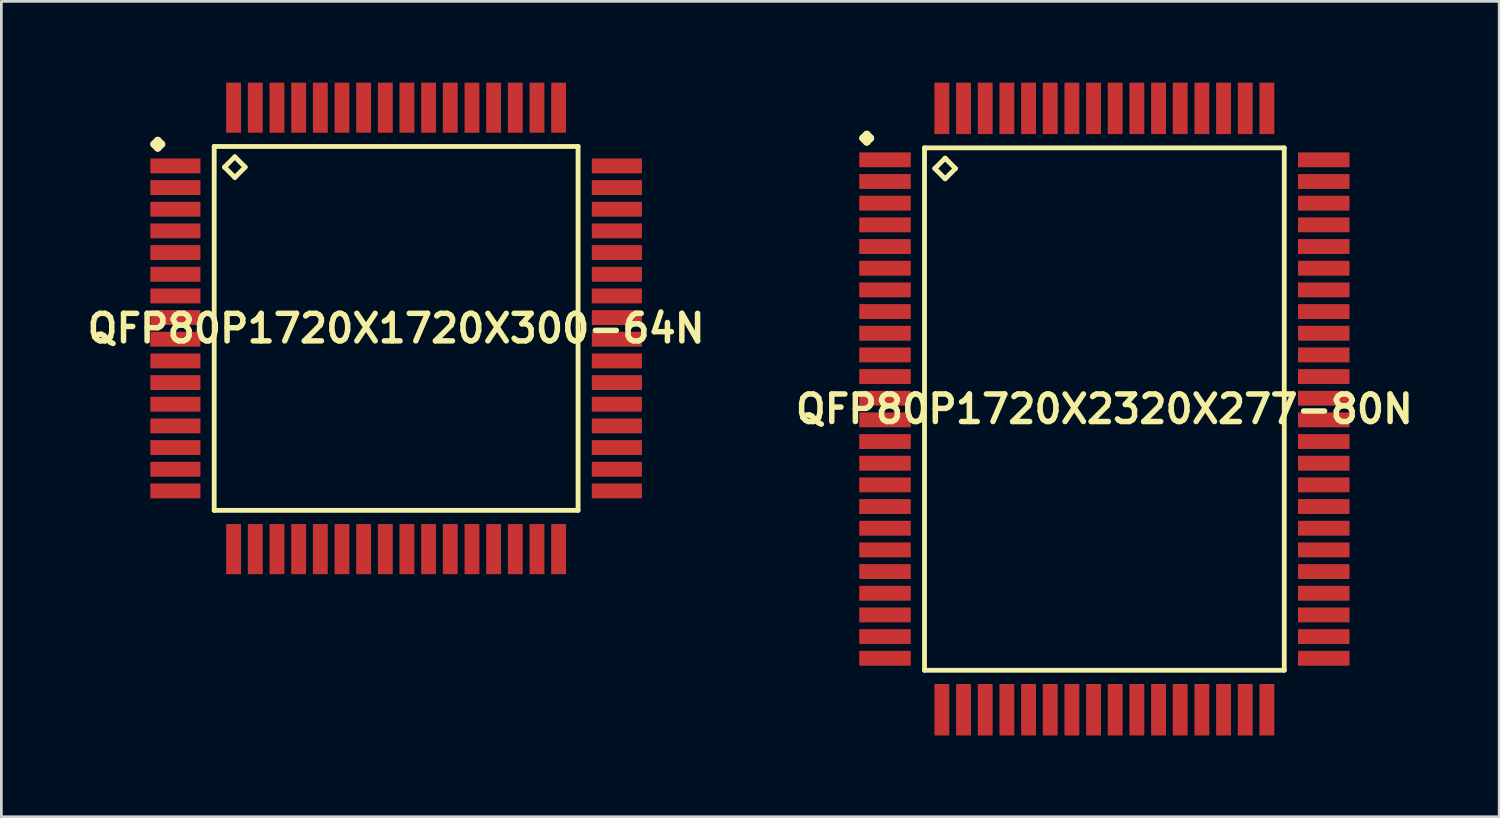
<source format=kicad_pcb>
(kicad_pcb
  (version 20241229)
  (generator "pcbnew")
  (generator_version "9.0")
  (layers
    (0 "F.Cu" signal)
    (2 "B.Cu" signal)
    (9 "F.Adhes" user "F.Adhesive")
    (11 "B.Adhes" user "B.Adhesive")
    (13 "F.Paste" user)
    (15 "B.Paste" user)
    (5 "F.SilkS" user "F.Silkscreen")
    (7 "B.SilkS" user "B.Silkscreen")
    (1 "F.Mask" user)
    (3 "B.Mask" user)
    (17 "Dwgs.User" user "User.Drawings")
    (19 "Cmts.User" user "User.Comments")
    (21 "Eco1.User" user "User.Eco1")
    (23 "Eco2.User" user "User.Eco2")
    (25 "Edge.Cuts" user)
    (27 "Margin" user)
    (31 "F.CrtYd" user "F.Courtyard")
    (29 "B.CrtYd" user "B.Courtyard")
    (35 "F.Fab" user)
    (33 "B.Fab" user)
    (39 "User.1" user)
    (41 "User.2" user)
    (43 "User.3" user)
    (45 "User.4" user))
  (footprint "QFP80P1720X2320X277-80N"
    (layer "F.Cu")
    (at 37.718 12.05)
    (property "Reference" "QFP80P1720X2320X277-80N" (at 0 0 0) (layer "F.SilkS") (effects (font (size 1.016 1.016) (thickness 0.203))))
    (attr smd)
    (fp_line (start -8.91 -10) (end -8.773 -10.137) (stroke (width 0.274) (type solid)) (layer "F.SilkS"))
    (fp_line (start -8.773 -10.137) (end -8.636 -10) (stroke (width 0.274) (type solid)) (layer "F.SilkS"))
    (fp_line (start -8.773 -9.86) (end -8.91 -10) (stroke (width 0.274) (type solid)) (layer "F.SilkS"))
    (fp_line (start -8.636 -10) (end -8.773 -9.86) (stroke (width 0.274) (type solid)) (layer "F.SilkS"))
    (fp_line (start -6.64 -9.642) (end -6.64 9.642) (stroke (width 0.178) (type solid)) (layer "F.SilkS"))
    (fp_line (start -6.64 9.642) (end 6.64 9.642) (stroke (width 0.178) (type solid)) (layer "F.SilkS"))
    (fp_line (start -6.259 -8.88) (end -5.878 -9.261) (stroke (width 0.178) (type solid)) (layer "F.SilkS"))
    (fp_line (start -5.878 -9.261) (end -5.497 -8.88) (stroke (width 0.178) (type solid)) (layer "F.SilkS"))
    (fp_line (start -5.878 -8.499) (end -6.259 -8.88) (stroke (width 0.178) (type solid)) (layer "F.SilkS"))
    (fp_line (start -5.497 -8.88) (end -5.878 -8.499) (stroke (width 0.178) (type solid)) (layer "F.SilkS"))
    (fp_line (start 6.64 -9.642) (end -6.64 -9.642) (stroke (width 0.178) (type solid)) (layer "F.SilkS"))
    (fp_line (start 6.64 9.642) (end 6.64 -9.642) (stroke (width 0.178) (type solid)) (layer "F.SilkS"))
    (pad "1" smd rect (at -8.098 -9.2) (size 1.9 0.549) (layers "F.Cu" "F.Mask" "F.Paste"))
    (pad "2" smd rect (at -8.098 -8.4) (size 1.9 0.549) (layers "F.Cu" "F.Mask" "F.Paste"))
    (pad "3" smd rect (at -8.098 -7.6) (size 1.9 0.549) (layers "F.Cu" "F.Mask" "F.Paste"))
    (pad "4" smd rect (at -8.098 -6.8) (size 1.9 0.549) (layers "F.Cu" "F.Mask" "F.Paste"))
    (pad "5" smd rect (at -8.098 -5.999) (size 1.9 0.549) (layers "F.Cu" "F.Mask" "F.Paste"))
    (pad "6" smd rect (at -8.098 -5.199) (size 1.9 0.549) (layers "F.Cu" "F.Mask" "F.Paste"))
    (pad "7" smd rect (at -8.098 -4.399) (size 1.9 0.549) (layers "F.Cu" "F.Mask" "F.Paste"))
    (pad "8" smd rect (at -8.098 -3.599) (size 1.9 0.549) (layers "F.Cu" "F.Mask" "F.Paste"))
    (pad "9" smd rect (at -8.098 -2.799) (size 1.9 0.549) (layers "F.Cu" "F.Mask" "F.Paste"))
    (pad "10" smd rect (at -8.098 -1.999) (size 1.9 0.549) (layers "F.Cu" "F.Mask" "F.Paste"))
    (pad "11" smd rect (at -8.098 -1.199) (size 1.9 0.549) (layers "F.Cu" "F.Mask" "F.Paste"))
    (pad "12" smd rect (at -8.098 -0.399) (size 1.9 0.549) (layers "F.Cu" "F.Mask" "F.Paste"))
    (pad "13" smd rect (at -8.098 0.399) (size 1.9 0.549) (layers "F.Cu" "F.Mask" "F.Paste"))
    (pad "14" smd rect (at -8.098 1.199) (size 1.9 0.549) (layers "F.Cu" "F.Mask" "F.Paste"))
    (pad "15" smd rect (at -8.098 1.999) (size 1.9 0.549) (layers "F.Cu" "F.Mask" "F.Paste"))
    (pad "16" smd rect (at -8.098 2.799) (size 1.9 0.549) (layers "F.Cu" "F.Mask" "F.Paste"))
    (pad "17" smd rect (at -8.098 3.599) (size 1.9 0.549) (layers "F.Cu" "F.Mask" "F.Paste"))
    (pad "18" smd rect (at -8.098 4.399) (size 1.9 0.549) (layers "F.Cu" "F.Mask" "F.Paste"))
    (pad "19" smd rect (at -8.098 5.199) (size 1.9 0.549) (layers "F.Cu" "F.Mask" "F.Paste"))
    (pad "20" smd rect (at -8.098 5.999) (size 1.9 0.549) (layers "F.Cu" "F.Mask" "F.Paste"))
    (pad "21" smd rect (at -8.098 6.8) (size 1.9 0.549) (layers "F.Cu" "F.Mask" "F.Paste"))
    (pad "22" smd rect (at -8.098 7.6) (size 1.9 0.549) (layers "F.Cu" "F.Mask" "F.Paste"))
    (pad "23" smd rect (at -8.098 8.4) (size 1.9 0.549) (layers "F.Cu" "F.Mask" "F.Paste"))
    (pad "24" smd rect (at -8.098 9.2) (size 1.9 0.549) (layers "F.Cu" "F.Mask" "F.Paste"))
    (pad "25" smd rect (at -5.999 11.1) (size 0.549 1.9) (layers "F.Cu" "F.Mask" "F.Paste"))
    (pad "26" smd rect (at -5.199 11.1) (size 0.549 1.9) (layers "F.Cu" "F.Mask" "F.Paste"))
    (pad "27" smd rect (at -4.399 11.1) (size 0.549 1.9) (layers "F.Cu" "F.Mask" "F.Paste"))
    (pad "28" smd rect (at -3.599 11.1) (size 0.549 1.9) (layers "F.Cu" "F.Mask" "F.Paste"))
    (pad "29" smd rect (at -2.799 11.1) (size 0.549 1.9) (layers "F.Cu" "F.Mask" "F.Paste"))
    (pad "30" smd rect (at -1.999 11.1) (size 0.549 1.9) (layers "F.Cu" "F.Mask" "F.Paste"))
    (pad "31" smd rect (at -1.199 11.1) (size 0.549 1.9) (layers "F.Cu" "F.Mask" "F.Paste"))
    (pad "32" smd rect (at -0.399 11.1) (size 0.549 1.9) (layers "F.Cu" "F.Mask" "F.Paste"))
    (pad "33" smd rect (at 0.399 11.1) (size 0.549 1.9) (layers "F.Cu" "F.Mask" "F.Paste"))
    (pad "34" smd rect (at 1.199 11.1) (size 0.549 1.9) (layers "F.Cu" "F.Mask" "F.Paste"))
    (pad "35" smd rect (at 1.999 11.1) (size 0.549 1.9) (layers "F.Cu" "F.Mask" "F.Paste"))
    (pad "36" smd rect (at 2.799 11.1) (size 0.549 1.9) (layers "F.Cu" "F.Mask" "F.Paste"))
    (pad "37" smd rect (at 3.599 11.1) (size 0.549 1.9) (layers "F.Cu" "F.Mask" "F.Paste"))
    (pad "38" smd rect (at 4.399 11.1) (size 0.549 1.9) (layers "F.Cu" "F.Mask" "F.Paste"))
    (pad "39" smd rect (at 5.199 11.1) (size 0.549 1.9) (layers "F.Cu" "F.Mask" "F.Paste"))
    (pad "40" smd rect (at 5.999 11.1) (size 0.549 1.9) (layers "F.Cu" "F.Mask" "F.Paste"))
    (pad "41" smd rect (at 8.098 9.2) (size 1.9 0.549) (layers "F.Cu" "F.Mask" "F.Paste"))
    (pad "42" smd rect (at 8.098 8.4) (size 1.9 0.549) (layers "F.Cu" "F.Mask" "F.Paste"))
    (pad "43" smd rect (at 8.098 7.6) (size 1.9 0.549) (layers "F.Cu" "F.Mask" "F.Paste"))
    (pad "44" smd rect (at 8.098 6.8) (size 1.9 0.549) (layers "F.Cu" "F.Mask" "F.Paste"))
    (pad "45" smd rect (at 8.098 5.999) (size 1.9 0.549) (layers "F.Cu" "F.Mask" "F.Paste"))
    (pad "46" smd rect (at 8.098 5.199) (size 1.9 0.549) (layers "F.Cu" "F.Mask" "F.Paste"))
    (pad "47" smd rect (at 8.098 4.399) (size 1.9 0.549) (layers "F.Cu" "F.Mask" "F.Paste"))
    (pad "48" smd rect (at 8.098 3.599) (size 1.9 0.549) (layers "F.Cu" "F.Mask" "F.Paste"))
    (pad "49" smd rect (at 8.098 2.799) (size 1.9 0.549) (layers "F.Cu" "F.Mask" "F.Paste"))
    (pad "50" smd rect (at 8.098 1.999) (size 1.9 0.549) (layers "F.Cu" "F.Mask" "F.Paste"))
    (pad "51" smd rect (at 8.098 1.199) (size 1.9 0.549) (layers "F.Cu" "F.Mask" "F.Paste"))
    (pad "52" smd rect (at 8.098 0.399) (size 1.9 0.549) (layers "F.Cu" "F.Mask" "F.Paste"))
    (pad "53" smd rect (at 8.098 -0.399) (size 1.9 0.549) (layers "F.Cu" "F.Mask" "F.Paste"))
    (pad "54" smd rect (at 8.098 -1.199) (size 1.9 0.549) (layers "F.Cu" "F.Mask" "F.Paste"))
    (pad "55" smd rect (at 8.098 -1.999) (size 1.9 0.549) (layers "F.Cu" "F.Mask" "F.Paste"))
    (pad "56" smd rect (at 8.098 -2.799) (size 1.9 0.549) (layers "F.Cu" "F.Mask" "F.Paste"))
    (pad "57" smd rect (at 8.098 -3.599) (size 1.9 0.549) (layers "F.Cu" "F.Mask" "F.Paste"))
    (pad "58" smd rect (at 8.098 -4.399) (size 1.9 0.549) (layers "F.Cu" "F.Mask" "F.Paste"))
    (pad "59" smd rect (at 8.098 -5.199) (size 1.9 0.549) (layers "F.Cu" "F.Mask" "F.Paste"))
    (pad "60" smd rect (at 8.098 -5.999) (size 1.9 0.549) (layers "F.Cu" "F.Mask" "F.Paste"))
    (pad "61" smd rect (at 8.098 -6.8) (size 1.9 0.549) (layers "F.Cu" "F.Mask" "F.Paste"))
    (pad "62" smd rect (at 8.098 -7.6) (size 1.9 0.549) (layers "F.Cu" "F.Mask" "F.Paste"))
    (pad "63" smd rect (at 8.098 -8.4) (size 1.9 0.549) (layers "F.Cu" "F.Mask" "F.Paste"))
    (pad "64" smd rect (at 8.098 -9.2) (size 1.9 0.549) (layers "F.Cu" "F.Mask" "F.Paste"))
    (pad "65" smd rect (at 5.999 -11.1) (size 0.549 1.9) (layers "F.Cu" "F.Mask" "F.Paste"))
    (pad "66" smd rect (at 5.199 -11.1) (size 0.549 1.9) (layers "F.Cu" "F.Mask" "F.Paste"))
    (pad "67" smd rect (at 4.399 -11.1) (size 0.549 1.9) (layers "F.Cu" "F.Mask" "F.Paste"))
    (pad "68" smd rect (at 3.599 -11.1) (size 0.549 1.9) (layers "F.Cu" "F.Mask" "F.Paste"))
    (pad "69" smd rect (at 2.799 -11.1) (size 0.549 1.9) (layers "F.Cu" "F.Mask" "F.Paste"))
    (pad "70" smd rect (at 1.999 -11.1) (size 0.549 1.9) (layers "F.Cu" "F.Mask" "F.Paste"))
    (pad "71" smd rect (at 1.199 -11.1) (size 0.549 1.9) (layers "F.Cu" "F.Mask" "F.Paste"))
    (pad "72" smd rect (at 0.399 -11.1) (size 0.549 1.9) (layers "F.Cu" "F.Mask" "F.Paste"))
    (pad "73" smd rect (at -0.399 -11.1) (size 0.549 1.9) (layers "F.Cu" "F.Mask" "F.Paste"))
    (pad "74" smd rect (at -1.199 -11.1) (size 0.549 1.9) (layers "F.Cu" "F.Mask" "F.Paste"))
    (pad "75" smd rect (at -1.999 -11.1) (size 0.549 1.9) (layers "F.Cu" "F.Mask" "F.Paste"))
    (pad "76" smd rect (at -2.799 -11.1) (size 0.549 1.9) (layers "F.Cu" "F.Mask" "F.Paste"))
    (pad "77" smd rect (at -3.599 -11.1) (size 0.549 1.9) (layers "F.Cu" "F.Mask" "F.Paste"))
    (pad "78" smd rect (at -4.399 -11.1) (size 0.549 1.9) (layers "F.Cu" "F.Mask" "F.Paste"))
    (pad "79" smd rect (at -5.199 -11.1) (size 0.549 1.9) (layers "F.Cu" "F.Mask" "F.Paste"))
    (pad "80" smd rect (at -5.999 -11.1) (size 0.549 1.9) (layers "F.Cu" "F.Mask" "F.Paste")))
  (footprint "QFP80P1720X1720X300-64N"
    (layer "F.Cu")
    (at 11.573 9.073)
    (property "Reference" "QFP80P1720X1720X300-64N" (at 0 0 0) (layer "F.SilkS") (effects (font (size 1.016 1.016) (thickness 0.203))))
    (attr smd)
    (fp_line (start -8.936 -6.8) (end -8.799 -6.937) (stroke (width 0.274) (type solid)) (layer "F.SilkS"))
    (fp_line (start -8.799 -6.937) (end -8.661 -6.8) (stroke (width 0.274) (type solid)) (layer "F.SilkS"))
    (fp_line (start -8.799 -6.662) (end -8.936 -6.8) (stroke (width 0.274) (type solid)) (layer "F.SilkS"))
    (fp_line (start -8.661 -6.8) (end -8.799 -6.662) (stroke (width 0.274) (type solid)) (layer "F.SilkS"))
    (fp_line (start -6.716 -6.716) (end -6.716 6.716) (stroke (width 0.178) (type solid)) (layer "F.SilkS"))
    (fp_line (start -6.716 6.716) (end 6.716 6.716) (stroke (width 0.178) (type solid)) (layer "F.SilkS"))
    (fp_line (start -6.335 -5.954) (end -5.954 -6.335) (stroke (width 0.178) (type solid)) (layer "F.SilkS"))
    (fp_line (start -5.954 -6.335) (end -5.573 -5.954) (stroke (width 0.178) (type solid)) (layer "F.SilkS"))
    (fp_line (start -5.954 -5.573) (end -6.335 -5.954) (stroke (width 0.178) (type solid)) (layer "F.SilkS"))
    (fp_line (start -5.573 -5.954) (end -5.954 -5.573) (stroke (width 0.178) (type solid)) (layer "F.SilkS"))
    (fp_line (start 6.716 -6.716) (end -6.716 -6.716) (stroke (width 0.178) (type solid)) (layer "F.SilkS"))
    (fp_line (start 6.716 6.716) (end 6.716 -6.716) (stroke (width 0.178) (type solid)) (layer "F.SilkS"))
    (pad "1" smd rect (at -8.148 -5.999) (size 1.849 0.549) (layers "F.Cu" "F.Mask" "F.Paste"))
    (pad "2" smd rect (at -8.148 -5.199) (size 1.849 0.549) (layers "F.Cu" "F.Mask" "F.Paste"))
    (pad "3" smd rect (at -8.148 -4.399) (size 1.849 0.549) (layers "F.Cu" "F.Mask" "F.Paste"))
    (pad "4" smd rect (at -8.148 -3.599) (size 1.849 0.549) (layers "F.Cu" "F.Mask" "F.Paste"))
    (pad "5" smd rect (at -8.148 -2.799) (size 1.849 0.549) (layers "F.Cu" "F.Mask" "F.Paste"))
    (pad "6" smd rect (at -8.148 -1.999) (size 1.849 0.549) (layers "F.Cu" "F.Mask" "F.Paste"))
    (pad "7" smd rect (at -8.148 -1.199) (size 1.849 0.549) (layers "F.Cu" "F.Mask" "F.Paste"))
    (pad "8" smd rect (at -8.148 -0.399) (size 1.849 0.549) (layers "F.Cu" "F.Mask" "F.Paste"))
    (pad "9" smd rect (at -8.148 0.399) (size 1.849 0.549) (layers "F.Cu" "F.Mask" "F.Paste"))
    (pad "10" smd rect (at -8.148 1.199) (size 1.849 0.549) (layers "F.Cu" "F.Mask" "F.Paste"))
    (pad "11" smd rect (at -8.148 1.999) (size 1.849 0.549) (layers "F.Cu" "F.Mask" "F.Paste"))
    (pad "12" smd rect (at -8.148 2.799) (size 1.849 0.549) (layers "F.Cu" "F.Mask" "F.Paste"))
    (pad "13" smd rect (at -8.148 3.599) (size 1.849 0.549) (layers "F.Cu" "F.Mask" "F.Paste"))
    (pad "14" smd rect (at -8.148 4.399) (size 1.849 0.549) (layers "F.Cu" "F.Mask" "F.Paste"))
    (pad "15" smd rect (at -8.148 5.199) (size 1.849 0.549) (layers "F.Cu" "F.Mask" "F.Paste"))
    (pad "16" smd rect (at -8.148 5.999) (size 1.849 0.549) (layers "F.Cu" "F.Mask" "F.Paste"))
    (pad "17" smd rect (at -5.999 8.148) (size 0.549 1.849) (layers "F.Cu" "F.Mask" "F.Paste"))
    (pad "18" smd rect (at -5.199 8.148) (size 0.549 1.849) (layers "F.Cu" "F.Mask" "F.Paste"))
    (pad "19" smd rect (at -4.399 8.148) (size 0.549 1.849) (layers "F.Cu" "F.Mask" "F.Paste"))
    (pad "20" smd rect (at -3.599 8.148) (size 0.549 1.849) (layers "F.Cu" "F.Mask" "F.Paste"))
    (pad "21" smd rect (at -2.799 8.148) (size 0.549 1.849) (layers "F.Cu" "F.Mask" "F.Paste"))
    (pad "22" smd rect (at -1.999 8.148) (size 0.549 1.849) (layers "F.Cu" "F.Mask" "F.Paste"))
    (pad "23" smd rect (at -1.199 8.148) (size 0.549 1.849) (layers "F.Cu" "F.Mask" "F.Paste"))
    (pad "24" smd rect (at -0.399 8.148) (size 0.549 1.849) (layers "F.Cu" "F.Mask" "F.Paste"))
    (pad "25" smd rect (at 0.399 8.148) (size 0.549 1.849) (layers "F.Cu" "F.Mask" "F.Paste"))
    (pad "26" smd rect (at 1.199 8.148) (size 0.549 1.849) (layers "F.Cu" "F.Mask" "F.Paste"))
    (pad "27" smd rect (at 1.999 8.148) (size 0.549 1.849) (layers "F.Cu" "F.Mask" "F.Paste"))
    (pad "28" smd rect (at 2.799 8.148) (size 0.549 1.849) (layers "F.Cu" "F.Mask" "F.Paste"))
    (pad "29" smd rect (at 3.599 8.148) (size 0.549 1.849) (layers "F.Cu" "F.Mask" "F.Paste"))
    (pad "30" smd rect (at 4.399 8.148) (size 0.549 1.849) (layers "F.Cu" "F.Mask" "F.Paste"))
    (pad "31" smd rect (at 5.199 8.148) (size 0.549 1.849) (layers "F.Cu" "F.Mask" "F.Paste"))
    (pad "32" smd rect (at 5.999 8.148) (size 0.549 1.849) (layers "F.Cu" "F.Mask" "F.Paste"))
    (pad "33" smd rect (at 8.148 5.999) (size 1.849 0.549) (layers "F.Cu" "F.Mask" "F.Paste"))
    (pad "34" smd rect (at 8.148 5.199) (size 1.849 0.549) (layers "F.Cu" "F.Mask" "F.Paste"))
    (pad "35" smd rect (at 8.148 4.399) (size 1.849 0.549) (layers "F.Cu" "F.Mask" "F.Paste"))
    (pad "36" smd rect (at 8.148 3.599) (size 1.849 0.549) (layers "F.Cu" "F.Mask" "F.Paste"))
    (pad "37" smd rect (at 8.148 2.799) (size 1.849 0.549) (layers "F.Cu" "F.Mask" "F.Paste"))
    (pad "38" smd rect (at 8.148 1.999) (size 1.849 0.549) (layers "F.Cu" "F.Mask" "F.Paste"))
    (pad "39" smd rect (at 8.148 1.199) (size 1.849 0.549) (layers "F.Cu" "F.Mask" "F.Paste"))
    (pad "40" smd rect (at 8.148 0.399) (size 1.849 0.549) (layers "F.Cu" "F.Mask" "F.Paste"))
    (pad "41" smd rect (at 8.148 -0.399) (size 1.849 0.549) (layers "F.Cu" "F.Mask" "F.Paste"))
    (pad "42" smd rect (at 8.148 -1.199) (size 1.849 0.549) (layers "F.Cu" "F.Mask" "F.Paste"))
    (pad "43" smd rect (at 8.148 -1.999) (size 1.849 0.549) (layers "F.Cu" "F.Mask" "F.Paste"))
    (pad "44" smd rect (at 8.148 -2.799) (size 1.849 0.549) (layers "F.Cu" "F.Mask" "F.Paste"))
    (pad "45" smd rect (at 8.148 -3.599) (size 1.849 0.549) (layers "F.Cu" "F.Mask" "F.Paste"))
    (pad "46" smd rect (at 8.148 -4.399) (size 1.849 0.549) (layers "F.Cu" "F.Mask" "F.Paste"))
    (pad "47" smd rect (at 8.148 -5.199) (size 1.849 0.549) (layers "F.Cu" "F.Mask" "F.Paste"))
    (pad "48" smd rect (at 8.148 -5.999) (size 1.849 0.549) (layers "F.Cu" "F.Mask" "F.Paste"))
    (pad "49" smd rect (at 5.999 -8.148) (size 0.549 1.849) (layers "F.Cu" "F.Mask" "F.Paste"))
    (pad "50" smd rect (at 5.199 -8.148) (size 0.549 1.849) (layers "F.Cu" "F.Mask" "F.Paste"))
    (pad "51" smd rect (at 4.399 -8.148) (size 0.549 1.849) (layers "F.Cu" "F.Mask" "F.Paste"))
    (pad "52" smd rect (at 3.599 -8.148) (size 0.549 1.849) (layers "F.Cu" "F.Mask" "F.Paste"))
    (pad "53" smd rect (at 2.799 -8.148) (size 0.549 1.849) (layers "F.Cu" "F.Mask" "F.Paste"))
    (pad "54" smd rect (at 1.999 -8.148) (size 0.549 1.849) (layers "F.Cu" "F.Mask" "F.Paste"))
    (pad "55" smd rect (at 1.199 -8.148) (size 0.549 1.849) (layers "F.Cu" "F.Mask" "F.Paste"))
    (pad "56" smd rect (at 0.399 -8.148) (size 0.549 1.849) (layers "F.Cu" "F.Mask" "F.Paste"))
    (pad "57" smd rect (at -0.399 -8.148) (size 0.549 1.849) (layers "F.Cu" "F.Mask" "F.Paste"))
    (pad "58" smd rect (at -1.199 -8.148) (size 0.549 1.849) (layers "F.Cu" "F.Mask" "F.Paste"))
    (pad "59" smd rect (at -1.999 -8.148) (size 0.549 1.849) (layers "F.Cu" "F.Mask" "F.Paste"))
    (pad "60" smd rect (at -2.799 -8.148) (size 0.549 1.849) (layers "F.Cu" "F.Mask" "F.Paste"))
    (pad "61" smd rect (at -3.599 -8.148) (size 0.549 1.849) (layers "F.Cu" "F.Mask" "F.Paste"))
    (pad "62" smd rect (at -4.399 -8.148) (size 0.549 1.849) (layers "F.Cu" "F.Mask" "F.Paste"))
    (pad "63" smd rect (at -5.199 -8.148) (size 0.549 1.849) (layers "F.Cu" "F.Mask" "F.Paste"))
    (pad "64" smd rect (at -5.999 -8.148) (size 0.549 1.849) (layers "F.Cu" "F.Mask" "F.Paste")))
  (gr_rect
    (start -3 -3)
    (end 52.291 27.1)
    (stroke (width 0.1) (type default))
    (fill no)
    (layer "Edge.Cuts")))
</source>
